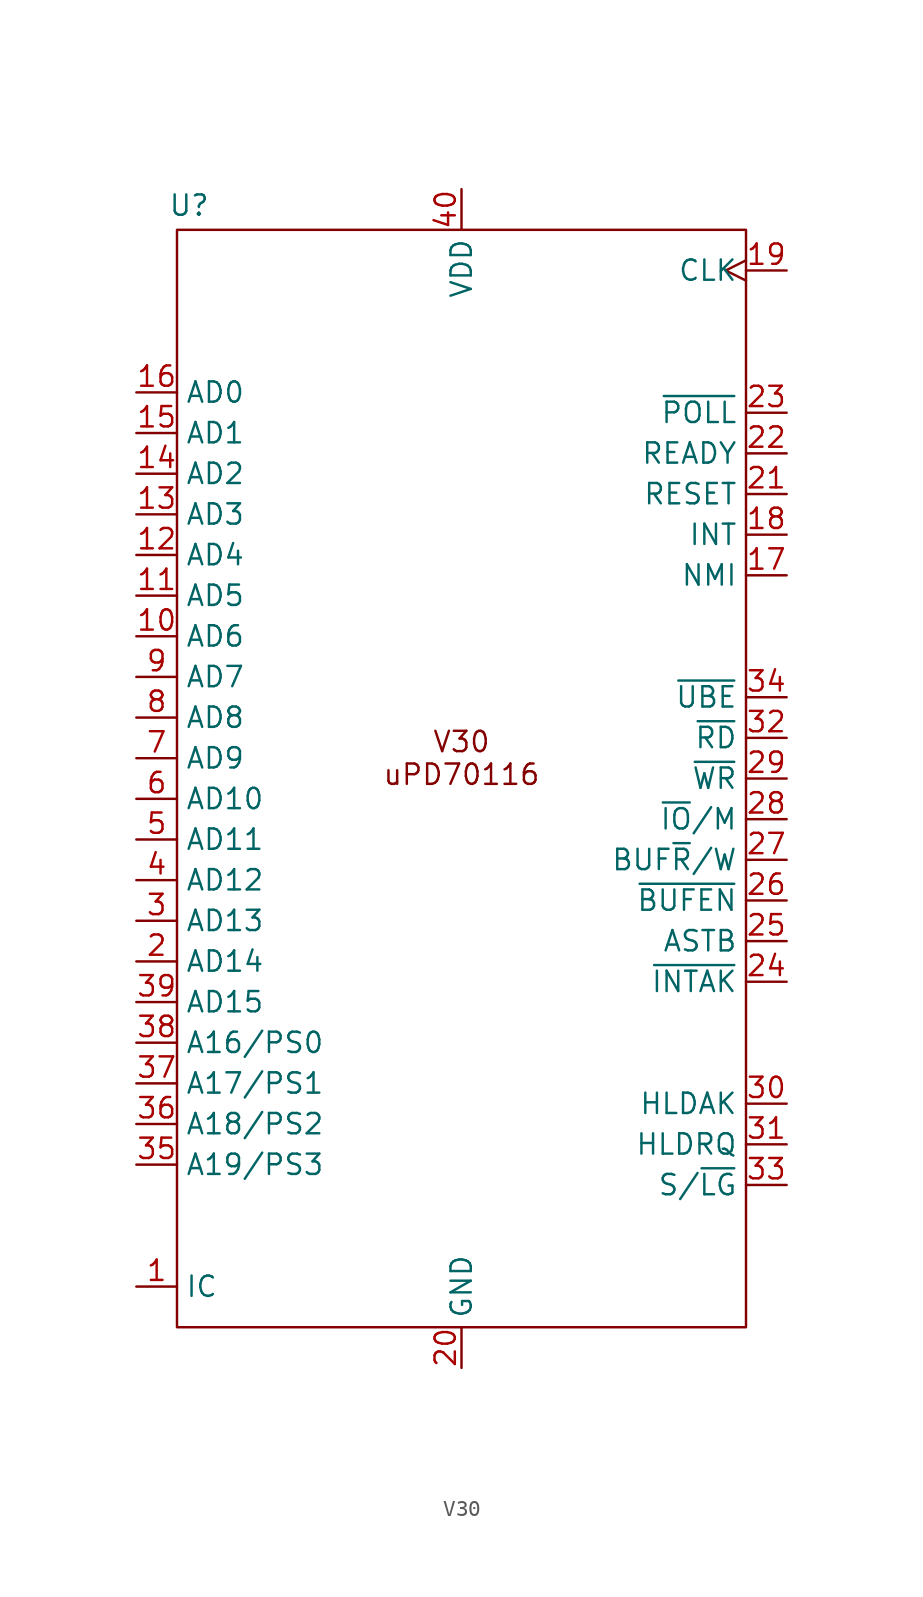
<source format=kicad_sym>
(kicad_symbol_lib
  (version 20231120)
  (generator "kicad_symbol_editor")
  (generator_version "8.0")
  (symbol "V30"
    (property "Reference" "U"
      (at -17.018 34.544 0)
      (effects (font (size 1.27 1.27))))
    (property "Value" ""
      (at -20.32 -15.24 0)
      (effects (font (size 1.27 1.27))))
    (symbol "V30_0_0"
      (pin input line (at -20.32 -33.02 0) (length 2.54) (name "IC" (effects (font (size 1.27 1.27)))) (number "1" (effects (font (size 1.27 1.27)))))
      (pin bidirectional line (at -20.32 7.62 0) (length 2.54) (name "AD6" (effects (font (size 1.27 1.27)))) (number "10" (effects (font (size 1.27 1.27)))))
      (pin bidirectional line (at -20.32 10.16 0) (length 2.54) (name "AD5" (effects (font (size 1.27 1.27)))) (number "11" (effects (font (size 1.27 1.27)))))
      (pin bidirectional line (at -20.32 12.7 0) (length 2.54) (name "AD4" (effects (font (size 1.27 1.27)))) (number "12" (effects (font (size 1.27 1.27)))))
      (pin bidirectional line (at -20.32 15.24 0) (length 2.54) (name "AD3" (effects (font (size 1.27 1.27)))) (number "13" (effects (font (size 1.27 1.27)))))
      (pin bidirectional line (at -20.32 17.78 0) (length 2.54) (name "AD2" (effects (font (size 1.27 1.27)))) (number "14" (effects (font (size 1.27 1.27)))))
      (pin bidirectional line (at -20.32 20.32 0) (length 2.54) (name "AD1" (effects (font (size 1.27 1.27)))) (number "15" (effects (font (size 1.27 1.27)))))
      (pin bidirectional line (at -20.32 22.86 0) (length 2.54) (name "AD0" (effects (font (size 1.27 1.27)))) (number "16" (effects (font (size 1.27 1.27)))))
      (pin input line (at 20.32 11.43 180) (length 2.54) (name "NMI" (effects (font (size 1.27 1.27)))) (number "17" (effects (font (size 1.27 1.27)))))
      (pin input line (at 20.32 13.97 180) (length 2.54) (name "INT" (effects (font (size 1.27 1.27)))) (number "18" (effects (font (size 1.27 1.27)))))
      (pin bidirectional line (at -20.32 -12.7 0) (length 2.54) (name "AD14" (effects (font (size 1.27 1.27)))) (number "2" (effects (font (size 1.27 1.27)))))
      (pin power_in line (at 0 -38.1 90) (length 2.54) (name "GND" (effects (font (size 1.27 1.27)))) (number "20" (effects (font (size 1.27 1.27)))))
      (pin input line (at 20.32 16.51 180) (length 2.54) (name "RESET" (effects (font (size 1.27 1.27)))) (number "21" (effects (font (size 1.27 1.27)))))
      (pin input line (at 20.32 19.05 180) (length 2.54) (name "READY" (effects (font (size 1.27 1.27)))) (number "22" (effects (font (size 1.27 1.27)))))
      (pin input line (at 20.32 21.59 180) (length 2.54) (name "~{POLL}" (effects (font (size 1.27 1.27)))) (number "23" (effects (font (size 1.27 1.27)))))
      (pin output line (at 20.32 -11.43 180) (length 2.54) (name "ASTB" (effects (font (size 1.27 1.27)))) (number "25" (effects (font (size 1.27 1.27)))))
      (pin output line (at 20.32 -8.89 180) (length 2.54) (name "~{BUFEN}" (effects (font (size 1.27 1.27)))) (number "26" (effects (font (size 1.27 1.27)))))
      (pin output line (at 20.32 -6.35 180) (length 2.54) (name "BUF~{R}/W" (effects (font (size 1.27 1.27)))) (number "27" (effects (font (size 1.27 1.27)))))
      (pin output line (at 20.32 -3.81 180) (length 2.54) (name "~{IO}/M" (effects (font (size 1.27 1.27)))) (number "28" (effects (font (size 1.27 1.27)))))
      (pin output line (at 20.32 -1.27 180) (length 2.54) (name "~{WR}" (effects (font (size 1.27 1.27)))) (number "29" (effects (font (size 1.27 1.27)))))
      (pin bidirectional line (at -20.32 -10.16 0) (length 2.54) (name "AD13" (effects (font (size 1.27 1.27)))) (number "3" (effects (font (size 1.27 1.27)))))
      (pin bidirectional line (at 20.32 -21.59 180) (length 2.54) (name "HLDAK" (effects (font (size 1.27 1.27)))) (number "30" (effects (font (size 1.27 1.27)))))
      (pin bidirectional line (at 20.32 -24.13 180) (length 2.54) (name "HLDRQ" (effects (font (size 1.27 1.27)))) (number "31" (effects (font (size 1.27 1.27)))))
      (pin output line (at 20.32 1.27 180) (length 2.54) (name "~{RD}" (effects (font (size 1.27 1.27)))) (number "32" (effects (font (size 1.27 1.27)))))
      (pin input line (at 20.32 -26.67 180) (length 2.54) (name "S/~{LG}" (effects (font (size 1.27 1.27)))) (number "33" (effects (font (size 1.27 1.27)))))
      (pin output line (at -20.32 -25.4 0) (length 2.54) (name "A19/PS3" (effects (font (size 1.27 1.27)))) (number "35" (effects (font (size 1.27 1.27)))))
      (pin output line (at -20.32 -22.86 0) (length 2.54) (name "A18/PS2" (effects (font (size 1.27 1.27)))) (number "36" (effects (font (size 1.27 1.27)))))
      (pin output line (at -20.32 -20.32 0) (length 2.54) (name "A17/PS1" (effects (font (size 1.27 1.27)))) (number "37" (effects (font (size 1.27 1.27)))))
      (pin output line (at -20.32 -17.78 0) (length 2.54) (name "A16/PS0" (effects (font (size 1.27 1.27)))) (number "38" (effects (font (size 1.27 1.27)))))
      (pin bidirectional line (at -20.32 -7.62 0) (length 2.54) (name "AD12" (effects (font (size 1.27 1.27)))) (number "4" (effects (font (size 1.27 1.27)))))
      (pin power_in line (at 0 35.56 270) (length 2.54) (name "VDD" (effects (font (size 1.27 1.27)))) (number "40" (effects (font (size 1.27 1.27)))))
      (pin bidirectional line (at -20.32 -5.08 0) (length 2.54) (name "AD11" (effects (font (size 1.27 1.27)))) (number "5" (effects (font (size 1.27 1.27)))))
      (pin bidirectional line (at -20.32 -2.54 0) (length 2.54) (name "AD10" (effects (font (size 1.27 1.27)))) (number "6" (effects (font (size 1.27 1.27)))))
      (pin bidirectional line (at -20.32 0 0) (length 2.54) (name "AD9" (effects (font (size 1.27 1.27)))) (number "7" (effects (font (size 1.27 1.27)))))
      (pin bidirectional line (at -20.32 2.54 0) (length 2.54) (name "AD8" (effects (font (size 1.27 1.27)))) (number "8" (effects (font (size 1.27 1.27)))))
      (pin bidirectional line (at -20.32 5.08 0) (length 2.54) (name "AD7" (effects (font (size 1.27 1.27)))) (number "9" (effects (font (size 1.27 1.27))))))
    (symbol "V30_0_1"
      (rectangle (start -17.78 33.02) (end 17.78 -35.56) (stroke (width 0) (type default)) (fill (type none))))
    (symbol "V30_1_0"
      (pin output clock (at 20.32 30.48 180) (length 2.54) (name "CLK" (effects (font (size 1.27 1.27)))) (number "19" (effects (font (size 1.27 1.27)))))
      (pin output line (at 20.32 -13.97 180) (length 2.54) (name "~{INTAK}" (effects (font (size 1.27 1.27)))) (number "24" (effects (font (size 1.27 1.27)))))
      (pin output line (at 20.32 3.81 180) (length 2.54) (name "~{UBE}" (effects (font (size 1.27 1.27)))) (number "34" (effects (font (size 1.27 1.27)))))
      (pin bidirectional line (at -20.32 -15.24 0) (length 2.54) (name "AD15" (effects (font (size 1.27 1.27)))) (number "39" (effects (font (size 1.27 1.27))))))
    (symbol "V30_1_1"
      (text "V30\nuPD70116" (at 0 0 0) (effects (font (size 1.27 1.27)))))))
</source>
